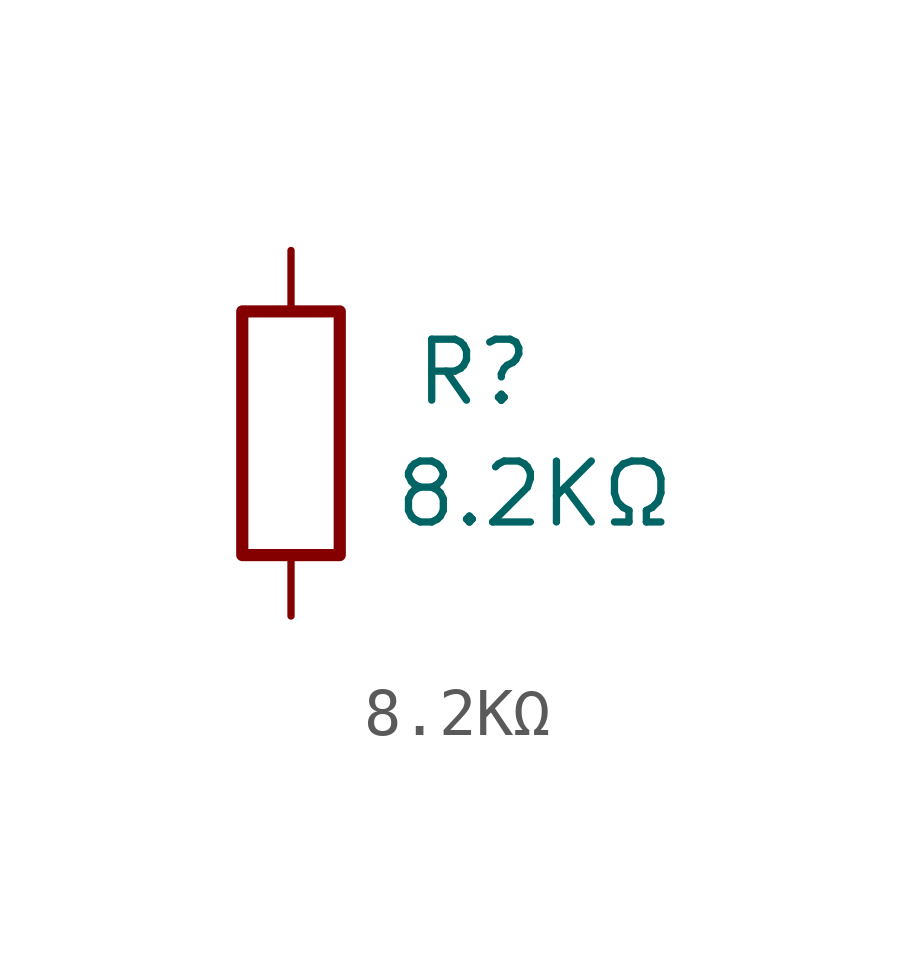
<source format=kicad_sym>
(kicad_symbol_lib
  (version 20241209)
  (generator "kicad_symbol_editor")
  (generator_version "9.0")
  (symbol "8.2KΩ"
    (pin_numbers
      (hide yes))
    (pin_names
      (offset 0))
    (property "Reference" "R"
      (at 3.81 1.27 0)
      (effects (font (size 1.27 1.27))))
    (property "Value" "8.2KΩ"
      (at 5.08 -1.27 0)
      (effects (font (size 1.27 1.27))))
    (symbol "8.2KΩ_0_1"
      (rectangle (start -1.016 -2.54) (end 1.016 2.54) (stroke (width 0.254) (type solid)) (fill (type none))))
    (symbol "8.2KΩ_1_1"
      (pin passive line (at 0 3.81 270) (length 1.27) (name "~" (effects (font (size 1.27 1.27)))) (number "1" (effects (font (size 1.27 1.27)))))
      (pin passive line (at 0 -3.81 90) (length 1.27) (name "~" (effects (font (size 1.27 1.27)))) (number "2" (effects (font (size 1.27 1.27))))))))
</source>
